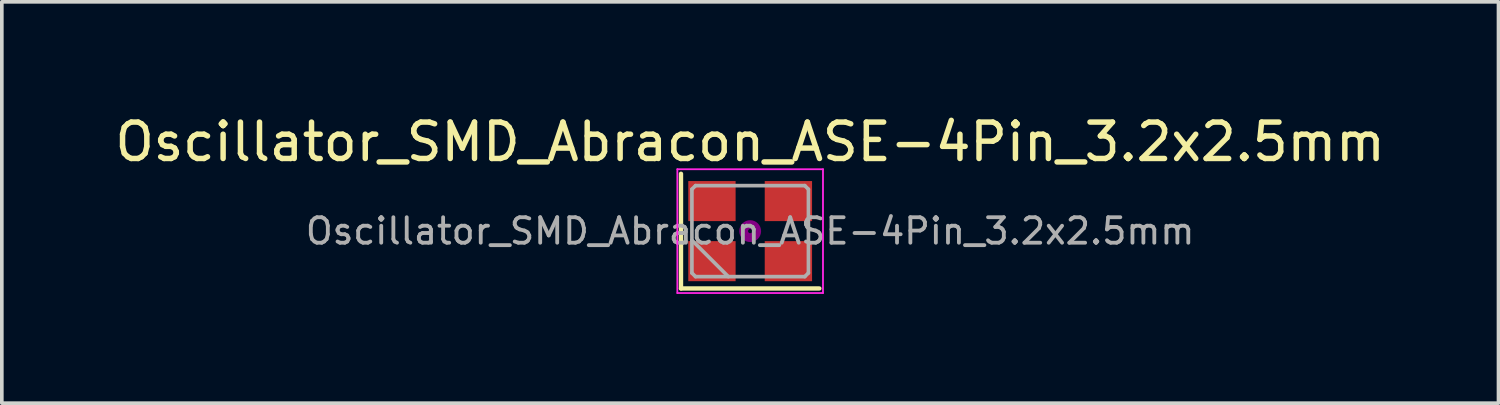
<source format=kicad_pcb>
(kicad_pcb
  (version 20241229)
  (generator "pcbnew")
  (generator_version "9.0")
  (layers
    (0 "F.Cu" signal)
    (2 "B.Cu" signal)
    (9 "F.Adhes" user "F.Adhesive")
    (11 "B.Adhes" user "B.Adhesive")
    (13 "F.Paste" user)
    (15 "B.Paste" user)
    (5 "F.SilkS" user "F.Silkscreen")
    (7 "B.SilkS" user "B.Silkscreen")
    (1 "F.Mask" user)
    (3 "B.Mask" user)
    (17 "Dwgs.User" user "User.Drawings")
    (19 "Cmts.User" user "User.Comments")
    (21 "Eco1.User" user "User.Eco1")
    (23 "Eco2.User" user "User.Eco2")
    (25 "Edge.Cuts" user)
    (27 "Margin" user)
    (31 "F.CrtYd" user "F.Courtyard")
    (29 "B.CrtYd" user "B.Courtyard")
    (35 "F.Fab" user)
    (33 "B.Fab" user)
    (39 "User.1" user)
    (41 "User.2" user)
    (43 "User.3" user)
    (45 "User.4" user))
  (footprint "Oscillator_SMD_Abracon_ASE-4Pin_3.2x2.5mm"
    (layer "F.Cu")
    (at 17.554 3.298)
    (property "Reference" "Oscillator_SMD_Abracon_ASE-4Pin_3.2x2.5mm" (at 0 -2.45 0) (layer "F.SilkS") (effects (font (size 1 1) (thickness 0.15))))
    (attr smd)
    (fp_line (start -1.9 -1.575) (end -1.9 1.575) (stroke (width 0.12) (type solid)) (layer "F.SilkS"))
    (fp_line (start -1.9 1.575) (end 1.9 1.575) (stroke (width 0.12) (type solid)) (layer "F.SilkS"))
    (fp_circle (center 0 0) (end 0.058 0) (stroke (width 0.117) (type solid)) (fill no) (layer "F.Adhes"))
    (fp_circle (center 0 0) (end 0.133 0) (stroke (width 0.083) (type solid)) (fill no) (layer "F.Adhes"))
    (fp_circle (center 0 0) (end 0.208 0) (stroke (width 0.083) (type solid)) (fill no) (layer "F.Adhes"))
    (fp_circle (center 0 0) (end 0.25 0) (stroke (width 0.1) (type solid)) (fill no) (layer "F.Adhes"))
    (fp_line (start -2 -1.7) (end -2 1.7) (stroke (width 0.05) (type solid)) (layer "F.CrtYd"))
    (fp_line (start -2 1.7) (end 2 1.7) (stroke (width 0.05) (type solid)) (layer "F.CrtYd"))
    (fp_line (start 2 -1.7) (end -2 -1.7) (stroke (width 0.05) (type solid)) (layer "F.CrtYd"))
    (fp_line (start 2 1.7) (end 2 -1.7) (stroke (width 0.05) (type solid)) (layer "F.CrtYd"))
    (fp_line (start -1.6 -1.15) (end -1.5 -1.25) (stroke (width 0.1) (type solid)) (layer "F.Fab"))
    (fp_line (start -1.6 0.25) (end -0.6 1.25) (stroke (width 0.1) (type solid)) (layer "F.Fab"))
    (fp_line (start -1.6 1.15) (end -1.6 -1.15) (stroke (width 0.1) (type solid)) (layer "F.Fab"))
    (fp_line (start -1.5 -1.25) (end 1.5 -1.25) (stroke (width 0.1) (type solid)) (layer "F.Fab"))
    (fp_line (start -1.5 1.25) (end -1.6 1.15) (stroke (width 0.1) (type solid)) (layer "F.Fab"))
    (fp_line (start 1.5 -1.25) (end 1.6 -1.15) (stroke (width 0.1) (type solid)) (layer "F.Fab"))
    (fp_line (start 1.5 1.25) (end -1.5 1.25) (stroke (width 0.1) (type solid)) (layer "F.Fab"))
    (fp_line (start 1.6 -1.15) (end 1.6 1.15) (stroke (width 0.1) (type solid)) (layer "F.Fab"))
    (fp_line (start 1.6 1.15) (end 1.5 1.25) (stroke (width 0.1) (type solid)) (layer "F.Fab"))
    (fp_text user "${REFERENCE}" (at 0 0 0) (layer "F.Fab") (effects (font (size 0.7 0.7) (thickness 0.105))))
    (pad "1" smd rect (at -1.05 0.825) (size 1.3 1.1) (layers "F.Cu" "F.Mask" "F.Paste"))
    (pad "2" smd rect (at 1.05 0.825) (size 1.3 1.1) (layers "F.Cu" "F.Mask" "F.Paste"))
    (pad "3" smd rect (at 1.05 -0.825) (size 1.3 1.1) (layers "F.Cu" "F.Mask" "F.Paste"))
    (pad "4" smd rect (at -1.05 -0.825) (size 1.3 1.1) (layers "F.Cu" "F.Mask" "F.Paste")))
  (gr_rect
    (start -3 -3)
    (end 38.107 8.023)
    (stroke (width 0.1) (type default))
    (fill no)
    (layer "Edge.Cuts")))
</source>
